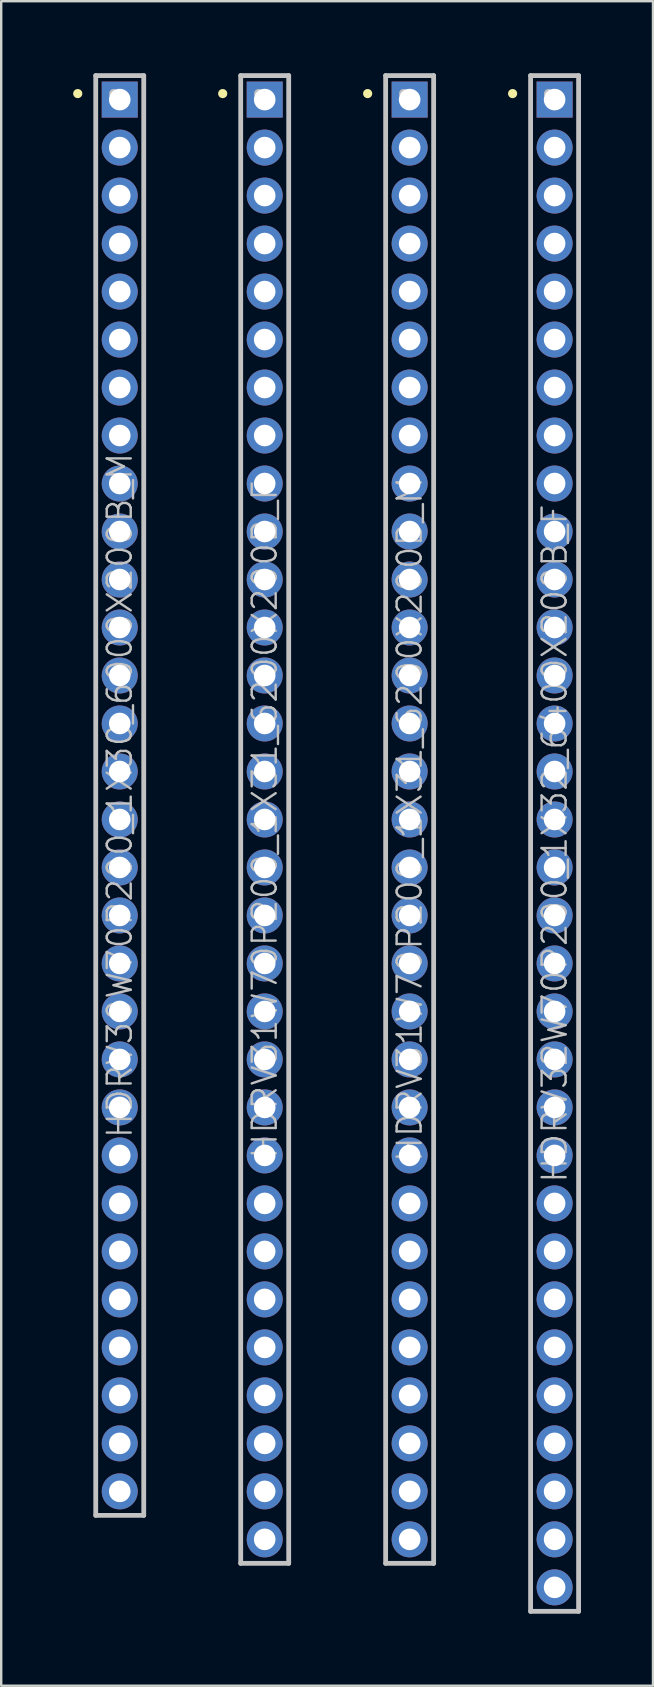
<source format=kicad_pcb>
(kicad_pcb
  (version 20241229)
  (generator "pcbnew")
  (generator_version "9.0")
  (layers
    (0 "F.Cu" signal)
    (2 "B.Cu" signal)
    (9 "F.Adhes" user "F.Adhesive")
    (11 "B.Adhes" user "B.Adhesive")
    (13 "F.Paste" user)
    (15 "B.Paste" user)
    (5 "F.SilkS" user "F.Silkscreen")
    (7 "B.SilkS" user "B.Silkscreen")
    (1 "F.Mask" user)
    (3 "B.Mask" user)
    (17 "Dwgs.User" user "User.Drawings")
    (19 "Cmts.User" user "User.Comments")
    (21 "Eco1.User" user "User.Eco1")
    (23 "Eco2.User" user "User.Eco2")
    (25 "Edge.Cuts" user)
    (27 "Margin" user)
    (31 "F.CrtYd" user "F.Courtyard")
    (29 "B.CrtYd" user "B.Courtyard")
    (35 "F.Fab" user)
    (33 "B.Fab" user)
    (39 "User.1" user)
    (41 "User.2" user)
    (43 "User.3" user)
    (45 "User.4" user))
  (footprint "HDRV30W70P200_1X30_6000X200B_M"
    (layer "F.Cu")
    (at 1.94 30.1)
    (property "Reference" "HDRV30W70P200_1X30_6000X200B_M" (at 0 0 90) (layer "Dwgs.User") (effects (font (size 1 1) (thickness 0.1))))
    (attr through_hole)
    (fp_line (start -1.75 -29.25) (end -1.75 -29.25) (stroke (width 0.381) (type solid)) (layer "F.SilkS"))
    (fp_line (start -1 -30) (end -1 30) (stroke (width 0.2) (type solid)) (layer "Dwgs.User"))
    (fp_line (start -1 -30) (end 1 -30) (stroke (width 0.2) (type solid)) (layer "Dwgs.User"))
    (fp_line (start -1 30) (end 1 30) (stroke (width 0.2) (type solid)) (layer "Dwgs.User"))
    (fp_line (start -0.25 -29.25) (end -0.25 -29.25) (stroke (width 0.381) (type solid)) (layer "Dwgs.User"))
    (fp_line (start 1 -30) (end 1 30) (stroke (width 0.2) (type solid)) (layer "Dwgs.User"))
    (pad "1" thru_hole rect (at 0 -29) (size 1.5 1.5) (drill 0.9) (layers "*.Cu" "*.Mask"))
    (pad "2" thru_hole circle (at 0 -27 270) (size 1.5 1.5) (drill 0.9) (layers "*.Cu" "*.Mask"))
    (pad "3" thru_hole circle (at 0 -25 270) (size 1.5 1.5) (drill 0.9) (layers "*.Cu" "*.Mask"))
    (pad "4" thru_hole circle (at 0 -23 270) (size 1.5 1.5) (drill 0.9) (layers "*.Cu" "*.Mask"))
    (pad "5" thru_hole circle (at 0 -21 270) (size 1.5 1.5) (drill 0.9) (layers "*.Cu" "*.Mask"))
    (pad "6" thru_hole circle (at 0 -19 270) (size 1.5 1.5) (drill 0.9) (layers "*.Cu" "*.Mask"))
    (pad "7" thru_hole circle (at 0 -17 270) (size 1.5 1.5) (drill 0.9) (layers "*.Cu" "*.Mask"))
    (pad "8" thru_hole circle (at 0 -15 270) (size 1.5 1.5) (drill 0.9) (layers "*.Cu" "*.Mask"))
    (pad "9" thru_hole circle (at 0 -13 270) (size 1.5 1.5) (drill 0.9) (layers "*.Cu" "*.Mask"))
    (pad "10" thru_hole circle (at 0 -11 270) (size 1.5 1.5) (drill 0.9) (layers "*.Cu" "*.Mask"))
    (pad "11" thru_hole circle (at 0 -9 270) (size 1.5 1.5) (drill 0.9) (layers "*.Cu" "*.Mask"))
    (pad "12" thru_hole circle (at 0 -7 270) (size 1.5 1.5) (drill 0.9) (layers "*.Cu" "*.Mask"))
    (pad "13" thru_hole circle (at 0 -5 270) (size 1.5 1.5) (drill 0.9) (layers "*.Cu" "*.Mask"))
    (pad "14" thru_hole circle (at 0 -3 270) (size 1.5 1.5) (drill 0.9) (layers "*.Cu" "*.Mask"))
    (pad "15" thru_hole circle (at 0 -1 270) (size 1.5 1.5) (drill 0.9) (layers "*.Cu" "*.Mask"))
    (pad "16" thru_hole circle (at 0 1 270) (size 1.5 1.5) (drill 0.9) (layers "*.Cu" "*.Mask"))
    (pad "17" thru_hole circle (at 0 3 270) (size 1.5 1.5) (drill 0.9) (layers "*.Cu" "*.Mask"))
    (pad "18" thru_hole circle (at 0 5 270) (size 1.5 1.5) (drill 0.9) (layers "*.Cu" "*.Mask"))
    (pad "19" thru_hole circle (at 0 7 270) (size 1.5 1.5) (drill 0.9) (layers "*.Cu" "*.Mask"))
    (pad "20" thru_hole circle (at 0 9 270) (size 1.5 1.5) (drill 0.9) (layers "*.Cu" "*.Mask"))
    (pad "21" thru_hole circle (at 0 11 270) (size 1.5 1.5) (drill 0.9) (layers "*.Cu" "*.Mask"))
    (pad "22" thru_hole circle (at 0 13 270) (size 1.5 1.5) (drill 0.9) (layers "*.Cu" "*.Mask"))
    (pad "23" thru_hole circle (at 0 15 270) (size 1.5 1.5) (drill 0.9) (layers "*.Cu" "*.Mask"))
    (pad "24" thru_hole circle (at 0 17 270) (size 1.5 1.5) (drill 0.9) (layers "*.Cu" "*.Mask"))
    (pad "25" thru_hole circle (at 0 19 270) (size 1.5 1.5) (drill 0.9) (layers "*.Cu" "*.Mask"))
    (pad "26" thru_hole circle (at 0 21 270) (size 1.5 1.5) (drill 0.9) (layers "*.Cu" "*.Mask"))
    (pad "27" thru_hole circle (at 0 23 270) (size 1.5 1.5) (drill 0.9) (layers "*.Cu" "*.Mask"))
    (pad "28" thru_hole circle (at 0 25 270) (size 1.5 1.5) (drill 0.9) (layers "*.Cu" "*.Mask"))
    (pad "29" thru_hole circle (at 0 27 270) (size 1.5 1.5) (drill 0.9) (layers "*.Cu" "*.Mask"))
    (pad "30" thru_hole circle (at 0 29 270) (size 1.5 1.5) (drill 0.9) (layers "*.Cu" "*.Mask")))
  (footprint "HDRV32W70P200_1X32_6400X200B_F"
    (layer "F.Cu")
    (at 20.062 32.1)
    (property "Reference" "HDRV32W70P200_1X32_6400X200B_F" (at 0 0 90) (layer "Dwgs.User") (effects (font (size 1 1) (thickness 0.1))))
    (attr through_hole)
    (fp_line (start -1.75 -31.25) (end -1.75 -31.25) (stroke (width 0.381) (type solid)) (layer "F.SilkS"))
    (fp_line (start -1 -32) (end -1 32) (stroke (width 0.2) (type solid)) (layer "Dwgs.User"))
    (fp_line (start -1 -32) (end 1 -32) (stroke (width 0.2) (type solid)) (layer "Dwgs.User"))
    (fp_line (start -1 32) (end 1 32) (stroke (width 0.2) (type solid)) (layer "Dwgs.User"))
    (fp_line (start -0.25 -31.25) (end -0.25 -31.25) (stroke (width 0.381) (type solid)) (layer "Dwgs.User"))
    (fp_line (start 1 -32) (end 1 32) (stroke (width 0.2) (type solid)) (layer "Dwgs.User"))
    (pad "1" thru_hole rect (at 0 -31) (size 1.5 1.5) (drill 0.9) (layers "*.Cu" "*.Mask"))
    (pad "2" thru_hole circle (at 0 -29 270) (size 1.5 1.5) (drill 0.9) (layers "*.Cu" "*.Mask"))
    (pad "3" thru_hole circle (at 0 -27 270) (size 1.5 1.5) (drill 0.9) (layers "*.Cu" "*.Mask"))
    (pad "4" thru_hole circle (at 0 -25 270) (size 1.5 1.5) (drill 0.9) (layers "*.Cu" "*.Mask"))
    (pad "5" thru_hole circle (at 0 -23 270) (size 1.5 1.5) (drill 0.9) (layers "*.Cu" "*.Mask"))
    (pad "6" thru_hole circle (at 0 -21 270) (size 1.5 1.5) (drill 0.9) (layers "*.Cu" "*.Mask"))
    (pad "7" thru_hole circle (at 0 -19 270) (size 1.5 1.5) (drill 0.9) (layers "*.Cu" "*.Mask"))
    (pad "8" thru_hole circle (at 0 -17 270) (size 1.5 1.5) (drill 0.9) (layers "*.Cu" "*.Mask"))
    (pad "9" thru_hole circle (at 0 -15 270) (size 1.5 1.5) (drill 0.9) (layers "*.Cu" "*.Mask"))
    (pad "10" thru_hole circle (at 0 -13 270) (size 1.5 1.5) (drill 0.9) (layers "*.Cu" "*.Mask"))
    (pad "11" thru_hole circle (at 0 -11 270) (size 1.5 1.5) (drill 0.9) (layers "*.Cu" "*.Mask"))
    (pad "12" thru_hole circle (at 0 -9 270) (size 1.5 1.5) (drill 0.9) (layers "*.Cu" "*.Mask"))
    (pad "13" thru_hole circle (at 0 -7 270) (size 1.5 1.5) (drill 0.9) (layers "*.Cu" "*.Mask"))
    (pad "14" thru_hole circle (at 0 -5 270) (size 1.5 1.5) (drill 0.9) (layers "*.Cu" "*.Mask"))
    (pad "15" thru_hole circle (at 0 -3 270) (size 1.5 1.5) (drill 0.9) (layers "*.Cu" "*.Mask"))
    (pad "16" thru_hole circle (at 0 -1 270) (size 1.5 1.5) (drill 0.9) (layers "*.Cu" "*.Mask"))
    (pad "17" thru_hole circle (at 0 1 270) (size 1.5 1.5) (drill 0.9) (layers "*.Cu" "*.Mask"))
    (pad "18" thru_hole circle (at 0 3 270) (size 1.5 1.5) (drill 0.9) (layers "*.Cu" "*.Mask"))
    (pad "19" thru_hole circle (at 0 5 270) (size 1.5 1.5) (drill 0.9) (layers "*.Cu" "*.Mask"))
    (pad "20" thru_hole circle (at 0 7 270) (size 1.5 1.5) (drill 0.9) (layers "*.Cu" "*.Mask"))
    (pad "21" thru_hole circle (at 0 9 270) (size 1.5 1.5) (drill 0.9) (layers "*.Cu" "*.Mask"))
    (pad "22" thru_hole circle (at 0 11 270) (size 1.5 1.5) (drill 0.9) (layers "*.Cu" "*.Mask"))
    (pad "23" thru_hole circle (at 0 13 270) (size 1.5 1.5) (drill 0.9) (layers "*.Cu" "*.Mask"))
    (pad "24" thru_hole circle (at 0 15 270) (size 1.5 1.5) (drill 0.9) (layers "*.Cu" "*.Mask"))
    (pad "25" thru_hole circle (at 0 17 270) (size 1.5 1.5) (drill 0.9) (layers "*.Cu" "*.Mask"))
    (pad "26" thru_hole circle (at 0 19 270) (size 1.5 1.5) (drill 0.9) (layers "*.Cu" "*.Mask"))
    (pad "27" thru_hole circle (at 0 21 270) (size 1.5 1.5) (drill 0.9) (layers "*.Cu" "*.Mask"))
    (pad "28" thru_hole circle (at 0 23 270) (size 1.5 1.5) (drill 0.9) (layers "*.Cu" "*.Mask"))
    (pad "29" thru_hole circle (at 0 25 270) (size 1.5 1.5) (drill 0.9) (layers "*.Cu" "*.Mask"))
    (pad "30" thru_hole circle (at 0 27 270) (size 1.5 1.5) (drill 0.9) (layers "*.Cu" "*.Mask"))
    (pad "31" thru_hole circle (at 0 29 270) (size 1.5 1.5) (drill 0.9) (layers "*.Cu" "*.Mask"))
    (pad "32" thru_hole circle (at 0 31 270) (size 1.5 1.5) (drill 0.9) (layers "*.Cu" "*.Mask")))
  (footprint "HDRV31W70P200_1X31_6200X200B_F"
    (layer "F.Cu")
    (at 7.981 31.1)
    (property "Reference" "HDRV31W70P200_1X31_6200X200B_F" (at 0 0 90) (layer "Dwgs.User") (effects (font (size 1 1) (thickness 0.1))))
    (attr through_hole)
    (fp_line (start -1.75 -30.25) (end -1.75 -30.25) (stroke (width 0.381) (type solid)) (layer "F.SilkS"))
    (fp_line (start -1 -31) (end -1 31) (stroke (width 0.2) (type solid)) (layer "Dwgs.User"))
    (fp_line (start -1 -31) (end 1 -31) (stroke (width 0.2) (type solid)) (layer "Dwgs.User"))
    (fp_line (start -1 31) (end 1 31) (stroke (width 0.2) (type solid)) (layer "Dwgs.User"))
    (fp_line (start -0.25 -30.25) (end -0.25 -30.25) (stroke (width 0.381) (type solid)) (layer "Dwgs.User"))
    (fp_line (start 1 -31) (end 1 31) (stroke (width 0.2) (type solid)) (layer "Dwgs.User"))
    (pad "1" thru_hole rect (at 0 -30) (size 1.5 1.5) (drill 0.9) (layers "*.Cu" "*.Mask"))
    (pad "2" thru_hole circle (at 0 -28 270) (size 1.5 1.5) (drill 0.9) (layers "*.Cu" "*.Mask"))
    (pad "3" thru_hole circle (at 0 -26 270) (size 1.5 1.5) (drill 0.9) (layers "*.Cu" "*.Mask"))
    (pad "4" thru_hole circle (at 0 -24 270) (size 1.5 1.5) (drill 0.9) (layers "*.Cu" "*.Mask"))
    (pad "5" thru_hole circle (at 0 -22 270) (size 1.5 1.5) (drill 0.9) (layers "*.Cu" "*.Mask"))
    (pad "6" thru_hole circle (at 0 -20 270) (size 1.5 1.5) (drill 0.9) (layers "*.Cu" "*.Mask"))
    (pad "7" thru_hole circle (at 0 -18 270) (size 1.5 1.5) (drill 0.9) (layers "*.Cu" "*.Mask"))
    (pad "8" thru_hole circle (at 0 -16 270) (size 1.5 1.5) (drill 0.9) (layers "*.Cu" "*.Mask"))
    (pad "9" thru_hole circle (at 0 -14 270) (size 1.5 1.5) (drill 0.9) (layers "*.Cu" "*.Mask"))
    (pad "10" thru_hole circle (at 0 -12 270) (size 1.5 1.5) (drill 0.9) (layers "*.Cu" "*.Mask"))
    (pad "11" thru_hole circle (at 0 -10 270) (size 1.5 1.5) (drill 0.9) (layers "*.Cu" "*.Mask"))
    (pad "12" thru_hole circle (at 0 -8 270) (size 1.5 1.5) (drill 0.9) (layers "*.Cu" "*.Mask"))
    (pad "13" thru_hole circle (at 0 -6 270) (size 1.5 1.5) (drill 0.9) (layers "*.Cu" "*.Mask"))
    (pad "14" thru_hole circle (at 0 -4 270) (size 1.5 1.5) (drill 0.9) (layers "*.Cu" "*.Mask"))
    (pad "15" thru_hole circle (at 0 -2 270) (size 1.5 1.5) (drill 0.9) (layers "*.Cu" "*.Mask"))
    (pad "16" thru_hole circle (at 0 0 270) (size 1.5 1.5) (drill 0.9) (layers "*.Cu" "*.Mask"))
    (pad "17" thru_hole circle (at 0 2 270) (size 1.5 1.5) (drill 0.9) (layers "*.Cu" "*.Mask"))
    (pad "18" thru_hole circle (at 0 4 270) (size 1.5 1.5) (drill 0.9) (layers "*.Cu" "*.Mask"))
    (pad "19" thru_hole circle (at 0 6 270) (size 1.5 1.5) (drill 0.9) (layers "*.Cu" "*.Mask"))
    (pad "20" thru_hole circle (at 0 8 270) (size 1.5 1.5) (drill 0.9) (layers "*.Cu" "*.Mask"))
    (pad "21" thru_hole circle (at 0 10 270) (size 1.5 1.5) (drill 0.9) (layers "*.Cu" "*.Mask"))
    (pad "22" thru_hole circle (at 0 12 270) (size 1.5 1.5) (drill 0.9) (layers "*.Cu" "*.Mask"))
    (pad "23" thru_hole circle (at 0 14 270) (size 1.5 1.5) (drill 0.9) (layers "*.Cu" "*.Mask"))
    (pad "24" thru_hole circle (at 0 16 270) (size 1.5 1.5) (drill 0.9) (layers "*.Cu" "*.Mask"))
    (pad "25" thru_hole circle (at 0 18 270) (size 1.5 1.5) (drill 0.9) (layers "*.Cu" "*.Mask"))
    (pad "26" thru_hole circle (at 0 20 270) (size 1.5 1.5) (drill 0.9) (layers "*.Cu" "*.Mask"))
    (pad "27" thru_hole circle (at 0 22 270) (size 1.5 1.5) (drill 0.9) (layers "*.Cu" "*.Mask"))
    (pad "28" thru_hole circle (at 0 24 270) (size 1.5 1.5) (drill 0.9) (layers "*.Cu" "*.Mask"))
    (pad "29" thru_hole circle (at 0 26 270) (size 1.5 1.5) (drill 0.9) (layers "*.Cu" "*.Mask"))
    (pad "30" thru_hole circle (at 0 28 270) (size 1.5 1.5) (drill 0.9) (layers "*.Cu" "*.Mask"))
    (pad "31" thru_hole circle (at 0 30 270) (size 1.5 1.5) (drill 0.9) (layers "*.Cu" "*.Mask")))
  (footprint "HDRV31W70P200_1X31_6200X200B_M"
    (layer "F.Cu")
    (at 14.021 31.1)
    (property "Reference" "HDRV31W70P200_1X31_6200X200B_M" (at 0 0 90) (layer "Dwgs.User") (effects (font (size 1 1) (thickness 0.1))))
    (attr through_hole)
    (fp_line (start -1.75 -30.25) (end -1.75 -30.25) (stroke (width 0.381) (type solid)) (layer "F.SilkS"))
    (fp_line (start -1 -31) (end -1 31) (stroke (width 0.2) (type solid)) (layer "Dwgs.User"))
    (fp_line (start -1 -31) (end 1 -31) (stroke (width 0.2) (type solid)) (layer "Dwgs.User"))
    (fp_line (start -1 31) (end 1 31) (stroke (width 0.2) (type solid)) (layer "Dwgs.User"))
    (fp_line (start -0.25 -30.25) (end -0.25 -30.25) (stroke (width 0.381) (type solid)) (layer "Dwgs.User"))
    (fp_line (start 1 -31) (end 1 31) (stroke (width 0.2) (type solid)) (layer "Dwgs.User"))
    (pad "1" thru_hole rect (at 0 -30) (size 1.5 1.5) (drill 0.9) (layers "*.Cu" "*.Mask"))
    (pad "2" thru_hole circle (at 0 -28 270) (size 1.5 1.5) (drill 0.9) (layers "*.Cu" "*.Mask"))
    (pad "3" thru_hole circle (at 0 -26 270) (size 1.5 1.5) (drill 0.9) (layers "*.Cu" "*.Mask"))
    (pad "4" thru_hole circle (at 0 -24 270) (size 1.5 1.5) (drill 0.9) (layers "*.Cu" "*.Mask"))
    (pad "5" thru_hole circle (at 0 -22 270) (size 1.5 1.5) (drill 0.9) (layers "*.Cu" "*.Mask"))
    (pad "6" thru_hole circle (at 0 -20 270) (size 1.5 1.5) (drill 0.9) (layers "*.Cu" "*.Mask"))
    (pad "7" thru_hole circle (at 0 -18 270) (size 1.5 1.5) (drill 0.9) (layers "*.Cu" "*.Mask"))
    (pad "8" thru_hole circle (at 0 -16 270) (size 1.5 1.5) (drill 0.9) (layers "*.Cu" "*.Mask"))
    (pad "9" thru_hole circle (at 0 -14 270) (size 1.5 1.5) (drill 0.9) (layers "*.Cu" "*.Mask"))
    (pad "10" thru_hole circle (at 0 -12 270) (size 1.5 1.5) (drill 0.9) (layers "*.Cu" "*.Mask"))
    (pad "11" thru_hole circle (at 0 -10 270) (size 1.5 1.5) (drill 0.9) (layers "*.Cu" "*.Mask"))
    (pad "12" thru_hole circle (at 0 -8 270) (size 1.5 1.5) (drill 0.9) (layers "*.Cu" "*.Mask"))
    (pad "13" thru_hole circle (at 0 -6 270) (size 1.5 1.5) (drill 0.9) (layers "*.Cu" "*.Mask"))
    (pad "14" thru_hole circle (at 0 -4 270) (size 1.5 1.5) (drill 0.9) (layers "*.Cu" "*.Mask"))
    (pad "15" thru_hole circle (at 0 -2 270) (size 1.5 1.5) (drill 0.9) (layers "*.Cu" "*.Mask"))
    (pad "16" thru_hole circle (at 0 0 270) (size 1.5 1.5) (drill 0.9) (layers "*.Cu" "*.Mask"))
    (pad "17" thru_hole circle (at 0 2 270) (size 1.5 1.5) (drill 0.9) (layers "*.Cu" "*.Mask"))
    (pad "18" thru_hole circle (at 0 4 270) (size 1.5 1.5) (drill 0.9) (layers "*.Cu" "*.Mask"))
    (pad "19" thru_hole circle (at 0 6 270) (size 1.5 1.5) (drill 0.9) (layers "*.Cu" "*.Mask"))
    (pad "20" thru_hole circle (at 0 8 270) (size 1.5 1.5) (drill 0.9) (layers "*.Cu" "*.Mask"))
    (pad "21" thru_hole circle (at 0 10 270) (size 1.5 1.5) (drill 0.9) (layers "*.Cu" "*.Mask"))
    (pad "22" thru_hole circle (at 0 12 270) (size 1.5 1.5) (drill 0.9) (layers "*.Cu" "*.Mask"))
    (pad "23" thru_hole circle (at 0 14 270) (size 1.5 1.5) (drill 0.9) (layers "*.Cu" "*.Mask"))
    (pad "24" thru_hole circle (at 0 16 270) (size 1.5 1.5) (drill 0.9) (layers "*.Cu" "*.Mask"))
    (pad "25" thru_hole circle (at 0 18 270) (size 1.5 1.5) (drill 0.9) (layers "*.Cu" "*.Mask"))
    (pad "26" thru_hole circle (at 0 20 270) (size 1.5 1.5) (drill 0.9) (layers "*.Cu" "*.Mask"))
    (pad "27" thru_hole circle (at 0 22 270) (size 1.5 1.5) (drill 0.9) (layers "*.Cu" "*.Mask"))
    (pad "28" thru_hole circle (at 0 24 270) (size 1.5 1.5) (drill 0.9) (layers "*.Cu" "*.Mask"))
    (pad "29" thru_hole circle (at 0 26 270) (size 1.5 1.5) (drill 0.9) (layers "*.Cu" "*.Mask"))
    (pad "30" thru_hole circle (at 0 28 270) (size 1.5 1.5) (drill 0.9) (layers "*.Cu" "*.Mask"))
    (pad "31" thru_hole circle (at 0 30 270) (size 1.5 1.5) (drill 0.9) (layers "*.Cu" "*.Mask")))
  (gr_rect
    (start -3 -3)
    (end 24.162 67.2)
    (stroke (width 0.1) (type default))
    (fill no)
    (layer "Edge.Cuts")))
</source>
